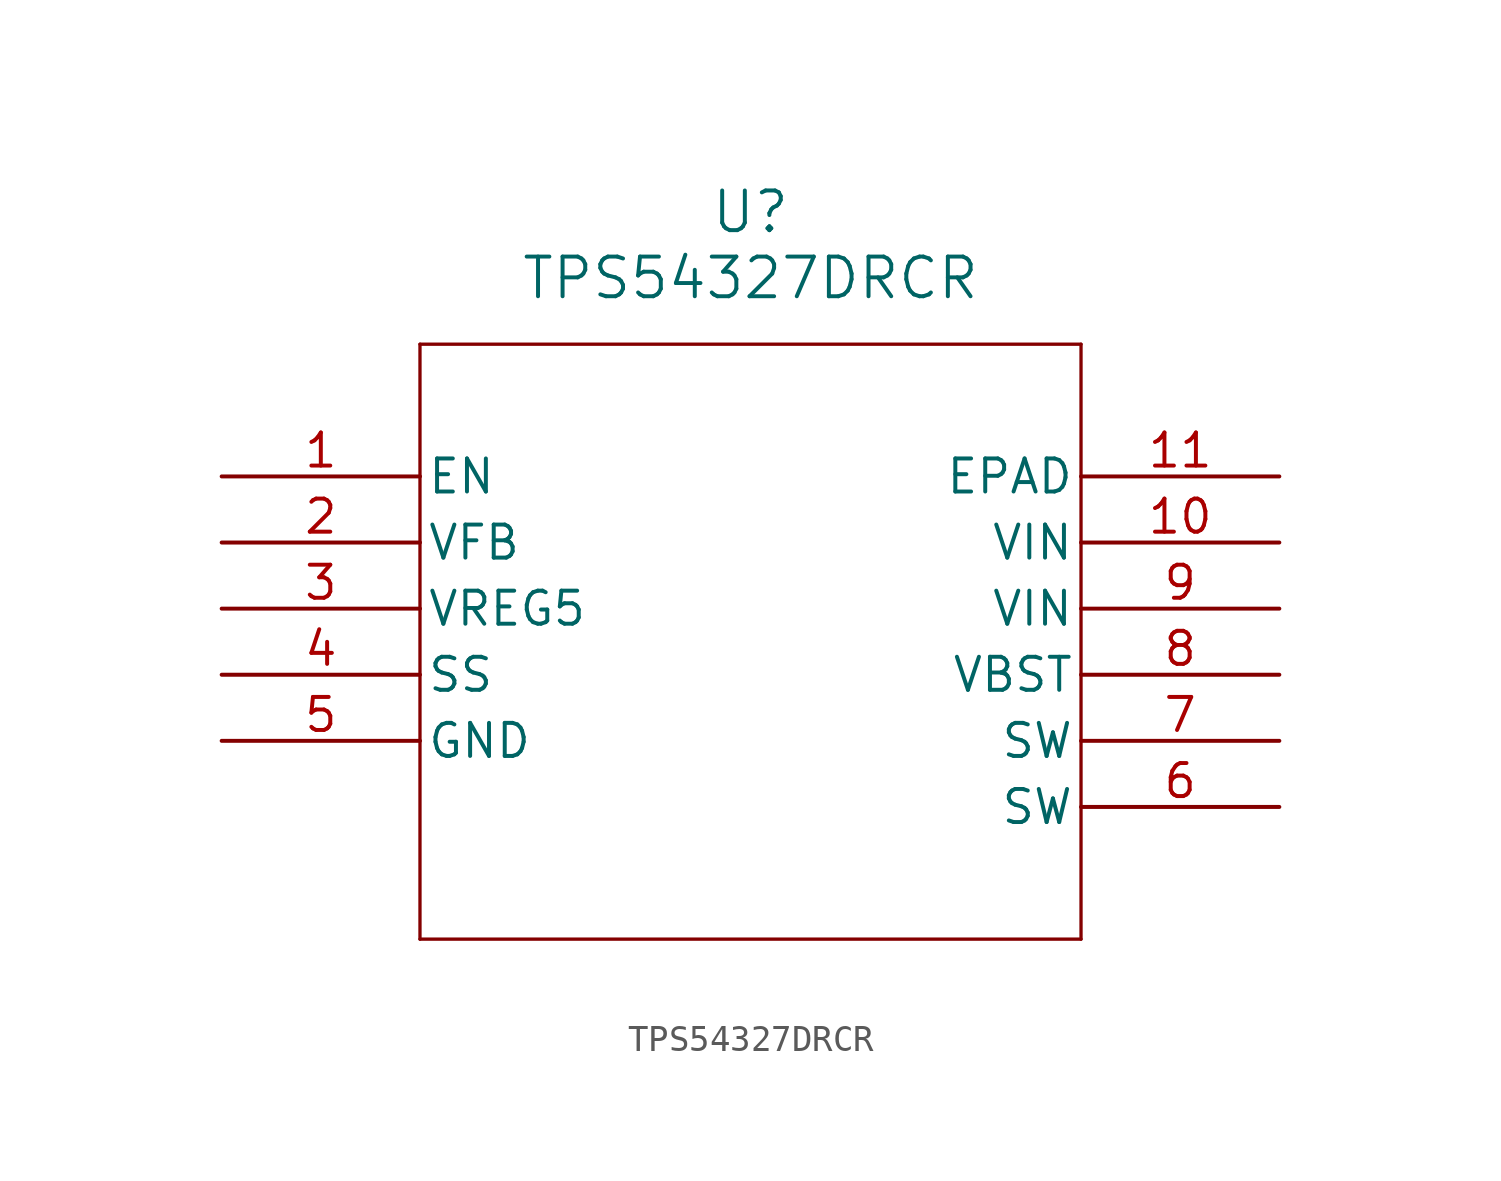
<source format=kicad_sym>
(kicad_symbol_lib
  (version 20211014)
  (generator kicad_symbol_editor)
  (symbol "TPS54327DRCR"
    (pin_names
      (offset 0.254))
    (property "Reference" "U"
      (at 20.32 10.16 0)
      (effects (font (size 1.524 1.524))))
    (property "Value" "TPS54327DRCR"
      (at 20.32 7.62 0)
      (effects (font (size 1.524 1.524))))
    (symbol "TPS54327DRCR_0_1"
      (polyline (pts (xy 7.62 5.08) (xy 7.62 -17.78)) (stroke (width 0.127) (type default) (color 0 0 0 0)) (fill (type none)))
      (polyline (pts (xy 7.62 -17.78) (xy 33.02 -17.78)) (stroke (width 0.127) (type default) (color 0 0 0 0)) (fill (type none)))
      (polyline (pts (xy 33.02 -17.78) (xy 33.02 5.08)) (stroke (width 0.127) (type default) (color 0 0 0 0)) (fill (type none)))
      (polyline (pts (xy 33.02 5.08) (xy 7.62 5.08)) (stroke (width 0.127) (type default) (color 0 0 0 0)) (fill (type none)))
      (pin input line (at 0 0 0) (length 7.62) (name "EN" (effects (font (size 1.27 1.27)))) (number "1" (effects (font (size 1.27 1.27)))))
      (pin input line (at 0 -2.54 0) (length 7.62) (name "VFB" (effects (font (size 1.27 1.27)))) (number "2" (effects (font (size 1.27 1.27)))))
      (pin output line (at 0 -5.08 0) (length 7.62) (name "VREG5" (effects (font (size 1.27 1.27)))) (number "3" (effects (font (size 1.27 1.27)))))
      (pin output line (at 0 -7.62 0) (length 7.62) (name "SS" (effects (font (size 1.27 1.27)))) (number "4" (effects (font (size 1.27 1.27)))))
      (pin power_in line (at 0 -10.16 0) (length 7.62) (name "GND" (effects (font (size 1.27 1.27)))) (number "5" (effects (font (size 1.27 1.27)))))
      (pin output line (at 40.64 -12.7 180) (length 7.62) (name "SW" (effects (font (size 1.27 1.27)))) (number "6" (effects (font (size 1.27 1.27)))))
      (pin output line (at 40.64 -10.16 180) (length 7.62) (name "SW" (effects (font (size 1.27 1.27)))) (number "7" (effects (font (size 1.27 1.27)))))
      (pin input line (at 40.64 -7.62 180) (length 7.62) (name "VBST" (effects (font (size 1.27 1.27)))) (number "8" (effects (font (size 1.27 1.27)))))
      (pin input line (at 40.64 -5.08 180) (length 7.62) (name "VIN" (effects (font (size 1.27 1.27)))) (number "9" (effects (font (size 1.27 1.27)))))
      (pin input line (at 40.64 -2.54 180) (length 7.62) (name "VIN" (effects (font (size 1.27 1.27)))) (number "10" (effects (font (size 1.27 1.27)))))
      (pin unspecified line (at 40.64 0 180) (length 7.62) (name "EPAD" (effects (font (size 1.27 1.27)))) (number "11" (effects (font (size 1.27 1.27))))))))
</source>
